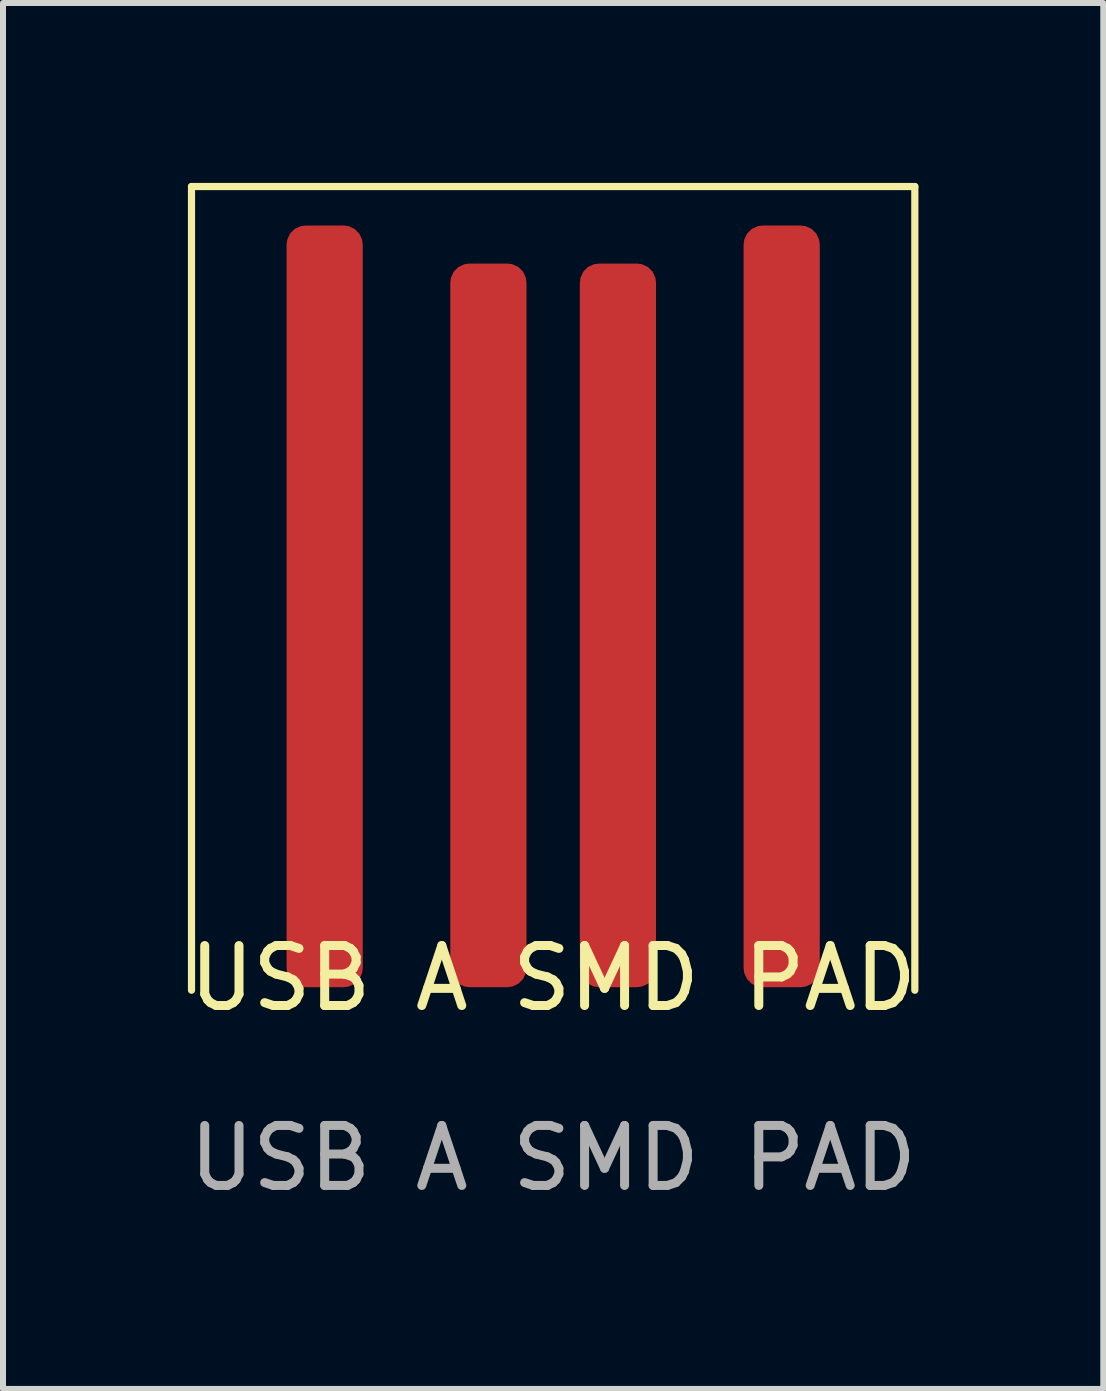
<source format=kicad_pcb>
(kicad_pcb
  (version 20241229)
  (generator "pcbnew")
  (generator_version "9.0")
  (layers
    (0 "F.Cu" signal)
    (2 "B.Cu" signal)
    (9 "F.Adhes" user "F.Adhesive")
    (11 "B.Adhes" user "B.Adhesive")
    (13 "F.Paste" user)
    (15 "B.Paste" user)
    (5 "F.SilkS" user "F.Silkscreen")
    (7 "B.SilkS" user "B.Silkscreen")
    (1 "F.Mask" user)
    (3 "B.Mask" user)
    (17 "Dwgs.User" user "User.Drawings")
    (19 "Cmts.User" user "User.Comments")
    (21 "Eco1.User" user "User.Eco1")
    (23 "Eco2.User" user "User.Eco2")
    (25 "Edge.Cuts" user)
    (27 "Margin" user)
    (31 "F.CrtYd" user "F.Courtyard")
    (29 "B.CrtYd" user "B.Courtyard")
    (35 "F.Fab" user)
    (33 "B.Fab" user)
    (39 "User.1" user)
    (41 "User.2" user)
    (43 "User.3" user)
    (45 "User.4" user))
  (footprint "USB A SMD PAD"
    (layer "F.Cu")
    (at 6.173 13.76)
    (property "Reference" "USB A SMD PAD" (at 0 -0.5 0) (unlocked yes) (layer "F.SilkS") (effects (font (size 1 1) (thickness 0.15))))
    (attr smd)
    (fp_line (start -6.03 -13.7) (end -6.03 -0.3) (stroke (width 0.12) (type solid)) (layer "F.SilkS"))
    (fp_line (start 6.03 -13.7) (end -6.03 -13.7) (stroke (width 0.12) (type solid)) (layer "F.SilkS"))
    (fp_line (start 6.03 -0.3) (end 6.03 -13.7) (stroke (width 0.12) (type solid)) (layer "F.SilkS"))
    (fp_text user "${REFERENCE}" (at 0 2.5 0) (unlocked yes) (layer "F.Fab") (effects (font (size 1 1) (thickness 0.15))))
    (pad "1" smd roundrect (at -3.81 -6.7) (size 1.27 12.7) (layers "F.Cu" "F.Mask" "F.Paste") (roundrect_rratio 0.25))
    (pad "2" smd roundrect (at -1.08 -6.383) (size 1.27 12.065) (layers "F.Cu" "F.Mask" "F.Paste") (roundrect_rratio 0.25))
    (pad "3" smd roundrect (at 1.08 -6.383) (size 1.27 12.065) (layers "F.Cu" "F.Mask" "F.Paste") (roundrect_rratio 0.25))
    (pad "4" smd roundrect (at 3.81 -6.7) (size 1.27 12.7) (layers "F.Cu" "F.Mask" "F.Paste") (roundrect_rratio 0.25)))
  (gr_rect
    (start -3 -3)
    (end 15.345 20.108)
    (stroke (width 0.1) (type default))
    (fill no)
    (layer "Edge.Cuts")))
</source>
